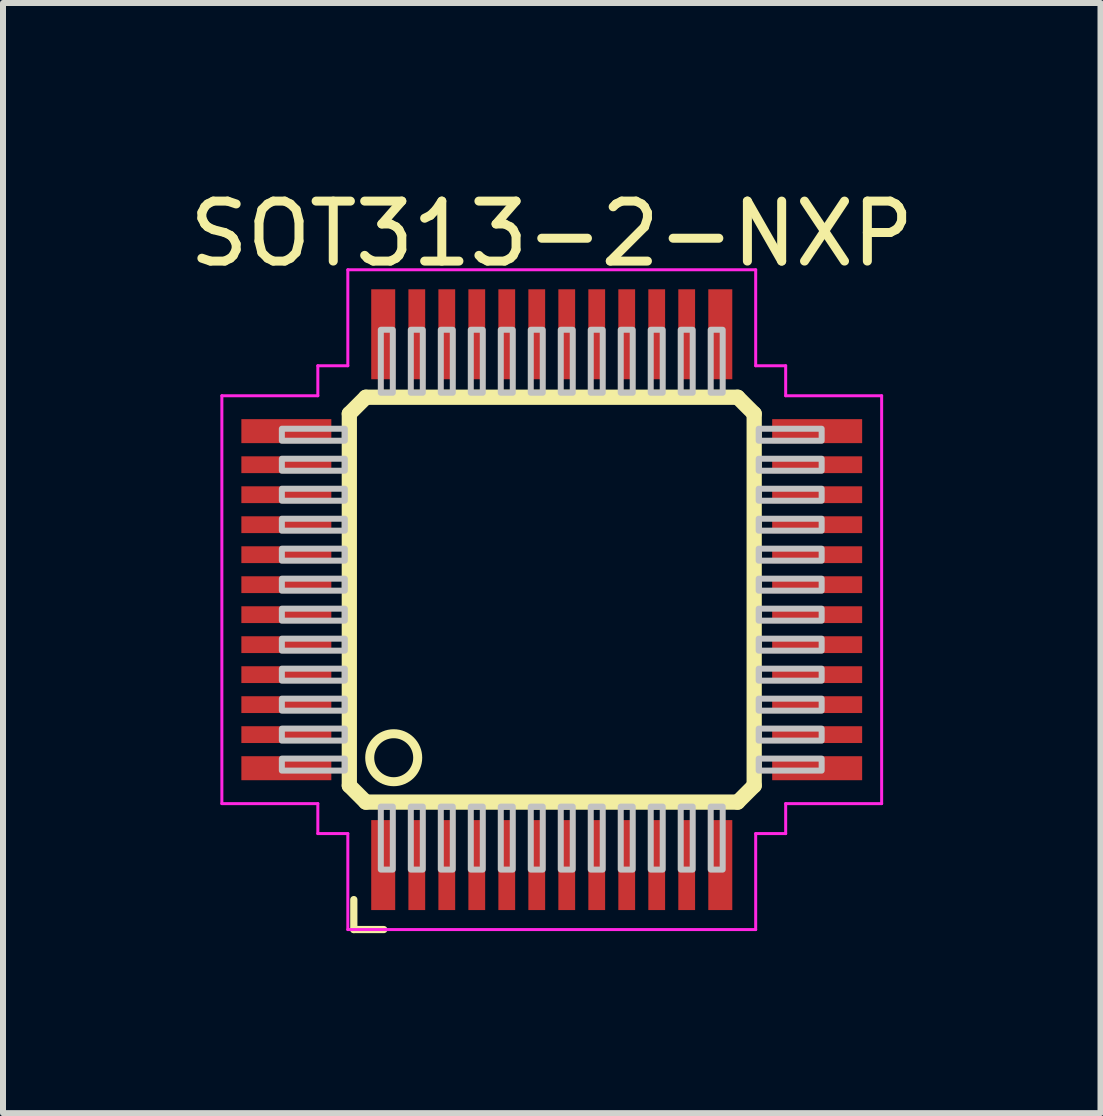
<source format=kicad_pcb>
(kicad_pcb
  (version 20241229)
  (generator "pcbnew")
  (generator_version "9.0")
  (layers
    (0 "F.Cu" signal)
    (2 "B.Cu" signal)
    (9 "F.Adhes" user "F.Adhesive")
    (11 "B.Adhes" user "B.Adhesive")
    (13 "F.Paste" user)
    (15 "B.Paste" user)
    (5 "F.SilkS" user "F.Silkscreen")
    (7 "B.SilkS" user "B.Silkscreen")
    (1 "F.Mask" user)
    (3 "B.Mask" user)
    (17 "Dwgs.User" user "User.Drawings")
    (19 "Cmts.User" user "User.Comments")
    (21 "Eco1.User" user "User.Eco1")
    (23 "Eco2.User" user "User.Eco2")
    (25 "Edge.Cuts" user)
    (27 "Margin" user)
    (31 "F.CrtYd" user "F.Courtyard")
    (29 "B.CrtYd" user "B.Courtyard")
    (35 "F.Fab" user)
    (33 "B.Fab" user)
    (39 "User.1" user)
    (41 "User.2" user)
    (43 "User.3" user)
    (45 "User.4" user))
  (footprint "SOT313-2-NXP"
    (layer "F.Cu")
    (at 6.149 6.948)
    (property "Reference" "SOT313-2-NXP" (at 0 -6.1 0) (layer "F.SilkS") (effects (font (size 1 1) (thickness 0.15))))
    (attr through_hole)
    (fp_line (start -3.375 -3.1) (end -3.1 -3.375) (stroke (width 0.254) (type solid)) (layer "F.SilkS"))
    (fp_line (start -3.375 3.1) (end -3.375 -3.1) (stroke (width 0.254) (type solid)) (layer "F.SilkS"))
    (fp_line (start -3.3 5) (end -3.3 5.5) (stroke (width 0.12) (type solid)) (layer "F.SilkS"))
    (fp_line (start -3.1 -3.375) (end 3.1 -3.375) (stroke (width 0.254) (type solid)) (layer "F.SilkS"))
    (fp_line (start -3.1 3.375) (end -3.375 3.1) (stroke (width 0.254) (type solid)) (layer "F.SilkS"))
    (fp_line (start -2.8 5.5) (end -3.3 5.5) (stroke (width 0.12) (type solid)) (layer "F.SilkS"))
    (fp_line (start 3.1 -3.375) (end 3.375 -3.1) (stroke (width 0.254) (type solid)) (layer "F.SilkS"))
    (fp_line (start 3.1 3.375) (end -3.1 3.375) (stroke (width 0.254) (type solid)) (layer "F.SilkS"))
    (fp_line (start 3.375 -3.1) (end 3.375 3.1) (stroke (width 0.254) (type solid)) (layer "F.SilkS"))
    (fp_line (start 3.375 3.1) (end 3.1 3.375) (stroke (width 0.254) (type solid)) (layer "F.SilkS"))
    (fp_circle (center -2.635 2.635) (end -2.235 2.635) (stroke (width 0.15) (type solid)) (fill no) (layer "F.SilkS"))
    (fp_poly (pts (xy -4.5 -2.65) (xy -3.45 -2.65) (xy -3.45 -2.85) (xy -4.5 -2.85)) (stroke (width 0.1) (type solid)) (fill no) (layer "Dwgs.User"))
    (fp_poly (pts (xy -4.5 -2.15) (xy -3.45 -2.15) (xy -3.45 -2.35) (xy -4.5 -2.35)) (stroke (width 0.1) (type solid)) (fill no) (layer "Dwgs.User"))
    (fp_poly (pts (xy -4.5 -1.65) (xy -3.45 -1.65) (xy -3.45 -1.85) (xy -4.5 -1.85)) (stroke (width 0.1) (type solid)) (fill no) (layer "Dwgs.User"))
    (fp_poly (pts (xy -4.5 -1.15) (xy -3.45 -1.15) (xy -3.45 -1.35) (xy -4.5 -1.35)) (stroke (width 0.1) (type solid)) (fill no) (layer "Dwgs.User"))
    (fp_poly (pts (xy -4.5 -0.65) (xy -3.45 -0.65) (xy -3.45 -0.85) (xy -4.5 -0.85)) (stroke (width 0.1) (type solid)) (fill no) (layer "Dwgs.User"))
    (fp_poly (pts (xy -4.5 -0.15) (xy -3.45 -0.15) (xy -3.45 -0.35) (xy -4.5 -0.35)) (stroke (width 0.1) (type solid)) (fill no) (layer "Dwgs.User"))
    (fp_poly (pts (xy -4.5 0.35) (xy -3.45 0.35) (xy -3.45 0.15) (xy -4.5 0.15)) (stroke (width 0.1) (type solid)) (fill no) (layer "Dwgs.User"))
    (fp_poly (pts (xy -4.5 0.85) (xy -3.45 0.85) (xy -3.45 0.65) (xy -4.5 0.65)) (stroke (width 0.1) (type solid)) (fill no) (layer "Dwgs.User"))
    (fp_poly (pts (xy -4.5 1.35) (xy -3.45 1.35) (xy -3.45 1.15) (xy -4.5 1.15)) (stroke (width 0.1) (type solid)) (fill no) (layer "Dwgs.User"))
    (fp_poly (pts (xy -4.5 1.85) (xy -3.45 1.85) (xy -3.45 1.65) (xy -4.5 1.65)) (stroke (width 0.1) (type solid)) (fill no) (layer "Dwgs.User"))
    (fp_poly (pts (xy -4.5 2.35) (xy -3.45 2.35) (xy -3.45 2.15) (xy -4.5 2.15)) (stroke (width 0.1) (type solid)) (fill no) (layer "Dwgs.User"))
    (fp_poly (pts (xy -4.5 2.85) (xy -3.45 2.85) (xy -3.45 2.65) (xy -4.5 2.65)) (stroke (width 0.1) (type solid)) (fill no) (layer "Dwgs.User"))
    (fp_poly (pts (xy -2.85 -3.45) (xy -2.65 -3.45) (xy -2.65 -4.5) (xy -2.85 -4.5)) (stroke (width 0.1) (type solid)) (fill no) (layer "Dwgs.User"))
    (fp_poly (pts (xy -2.85 4.5) (xy -2.65 4.5) (xy -2.65 3.45) (xy -2.85 3.45)) (stroke (width 0.1) (type solid)) (fill no) (layer "Dwgs.User"))
    (fp_poly (pts (xy -2.35 -3.45) (xy -2.15 -3.45) (xy -2.15 -4.5) (xy -2.35 -4.5)) (stroke (width 0.1) (type solid)) (fill no) (layer "Dwgs.User"))
    (fp_poly (pts (xy -2.35 4.5) (xy -2.15 4.5) (xy -2.15 3.45) (xy -2.35 3.45)) (stroke (width 0.1) (type solid)) (fill no) (layer "Dwgs.User"))
    (fp_poly (pts (xy -1.85 -3.45) (xy -1.65 -3.45) (xy -1.65 -4.5) (xy -1.85 -4.5)) (stroke (width 0.1) (type solid)) (fill no) (layer "Dwgs.User"))
    (fp_poly (pts (xy -1.85 4.5) (xy -1.65 4.5) (xy -1.65 3.45) (xy -1.85 3.45)) (stroke (width 0.1) (type solid)) (fill no) (layer "Dwgs.User"))
    (fp_poly (pts (xy -1.35 -3.45) (xy -1.15 -3.45) (xy -1.15 -4.5) (xy -1.35 -4.5)) (stroke (width 0.1) (type solid)) (fill no) (layer "Dwgs.User"))
    (fp_poly (pts (xy -1.35 4.5) (xy -1.15 4.5) (xy -1.15 3.45) (xy -1.35 3.45)) (stroke (width 0.1) (type solid)) (fill no) (layer "Dwgs.User"))
    (fp_poly (pts (xy -0.85 -3.45) (xy -0.65 -3.45) (xy -0.65 -4.5) (xy -0.85 -4.5)) (stroke (width 0.1) (type solid)) (fill no) (layer "Dwgs.User"))
    (fp_poly (pts (xy -0.85 4.5) (xy -0.65 4.5) (xy -0.65 3.45) (xy -0.85 3.45)) (stroke (width 0.1) (type solid)) (fill no) (layer "Dwgs.User"))
    (fp_poly (pts (xy -0.35 -3.45) (xy -0.15 -3.45) (xy -0.15 -4.5) (xy -0.35 -4.5)) (stroke (width 0.1) (type solid)) (fill no) (layer "Dwgs.User"))
    (fp_poly (pts (xy -0.35 4.5) (xy -0.15 4.5) (xy -0.15 3.45) (xy -0.35 3.45)) (stroke (width 0.1) (type solid)) (fill no) (layer "Dwgs.User"))
    (fp_poly (pts (xy 0.15 -3.45) (xy 0.35 -3.45) (xy 0.35 -4.5) (xy 0.15 -4.5)) (stroke (width 0.1) (type solid)) (fill no) (layer "Dwgs.User"))
    (fp_poly (pts (xy 0.15 4.5) (xy 0.35 4.5) (xy 0.35 3.45) (xy 0.15 3.45)) (stroke (width 0.1) (type solid)) (fill no) (layer "Dwgs.User"))
    (fp_poly (pts (xy 0.65 -3.45) (xy 0.85 -3.45) (xy 0.85 -4.5) (xy 0.65 -4.5)) (stroke (width 0.1) (type solid)) (fill no) (layer "Dwgs.User"))
    (fp_poly (pts (xy 0.65 4.5) (xy 0.85 4.5) (xy 0.85 3.45) (xy 0.65 3.45)) (stroke (width 0.1) (type solid)) (fill no) (layer "Dwgs.User"))
    (fp_poly (pts (xy 1.15 -3.45) (xy 1.35 -3.45) (xy 1.35 -4.5) (xy 1.15 -4.5)) (stroke (width 0.1) (type solid)) (fill no) (layer "Dwgs.User"))
    (fp_poly (pts (xy 1.15 4.5) (xy 1.35 4.5) (xy 1.35 3.45) (xy 1.15 3.45)) (stroke (width 0.1) (type solid)) (fill no) (layer "Dwgs.User"))
    (fp_poly (pts (xy 1.65 -3.45) (xy 1.85 -3.45) (xy 1.85 -4.5) (xy 1.65 -4.5)) (stroke (width 0.1) (type solid)) (fill no) (layer "Dwgs.User"))
    (fp_poly (pts (xy 1.65 4.5) (xy 1.85 4.5) (xy 1.85 3.45) (xy 1.65 3.45)) (stroke (width 0.1) (type solid)) (fill no) (layer "Dwgs.User"))
    (fp_poly (pts (xy 2.15 -3.45) (xy 2.35 -3.45) (xy 2.35 -4.5) (xy 2.15 -4.5)) (stroke (width 0.1) (type solid)) (fill no) (layer "Dwgs.User"))
    (fp_poly (pts (xy 2.15 4.5) (xy 2.35 4.5) (xy 2.35 3.45) (xy 2.15 3.45)) (stroke (width 0.1) (type solid)) (fill no) (layer "Dwgs.User"))
    (fp_poly (pts (xy 2.65 -3.45) (xy 2.85 -3.45) (xy 2.85 -4.5) (xy 2.65 -4.5)) (stroke (width 0.1) (type solid)) (fill no) (layer "Dwgs.User"))
    (fp_poly (pts (xy 2.65 4.5) (xy 2.85 4.5) (xy 2.85 3.45) (xy 2.65 3.45)) (stroke (width 0.1) (type solid)) (fill no) (layer "Dwgs.User"))
    (fp_poly (pts (xy 3.45 -2.65) (xy 4.5 -2.65) (xy 4.5 -2.85) (xy 3.45 -2.85)) (stroke (width 0.1) (type solid)) (fill no) (layer "Dwgs.User"))
    (fp_poly (pts (xy 3.45 -2.15) (xy 4.5 -2.15) (xy 4.5 -2.35) (xy 3.45 -2.35)) (stroke (width 0.1) (type solid)) (fill no) (layer "Dwgs.User"))
    (fp_poly (pts (xy 3.45 -1.65) (xy 4.5 -1.65) (xy 4.5 -1.85) (xy 3.45 -1.85)) (stroke (width 0.1) (type solid)) (fill no) (layer "Dwgs.User"))
    (fp_poly (pts (xy 3.45 -1.15) (xy 4.5 -1.15) (xy 4.5 -1.35) (xy 3.45 -1.35)) (stroke (width 0.1) (type solid)) (fill no) (layer "Dwgs.User"))
    (fp_poly (pts (xy 3.45 -0.65) (xy 4.5 -0.65) (xy 4.5 -0.85) (xy 3.45 -0.85)) (stroke (width 0.1) (type solid)) (fill no) (layer "Dwgs.User"))
    (fp_poly (pts (xy 3.45 -0.15) (xy 4.5 -0.15) (xy 4.5 -0.35) (xy 3.45 -0.35)) (stroke (width 0.1) (type solid)) (fill no) (layer "Dwgs.User"))
    (fp_poly (pts (xy 3.45 0.35) (xy 4.5 0.35) (xy 4.5 0.15) (xy 3.45 0.15)) (stroke (width 0.1) (type solid)) (fill no) (layer "Dwgs.User"))
    (fp_poly (pts (xy 3.45 0.85) (xy 4.5 0.85) (xy 4.5 0.65) (xy 3.45 0.65)) (stroke (width 0.1) (type solid)) (fill no) (layer "Dwgs.User"))
    (fp_poly (pts (xy 3.45 1.35) (xy 4.5 1.35) (xy 4.5 1.15) (xy 3.45 1.15)) (stroke (width 0.1) (type solid)) (fill no) (layer "Dwgs.User"))
    (fp_poly (pts (xy 3.45 1.85) (xy 4.5 1.85) (xy 4.5 1.65) (xy 3.45 1.65)) (stroke (width 0.1) (type solid)) (fill no) (layer "Dwgs.User"))
    (fp_poly (pts (xy 3.45 2.35) (xy 4.5 2.35) (xy 4.5 2.15) (xy 3.45 2.15)) (stroke (width 0.1) (type solid)) (fill no) (layer "Dwgs.User"))
    (fp_poly (pts (xy 3.45 2.85) (xy 4.5 2.85) (xy 4.5 2.65) (xy 3.45 2.65)) (stroke (width 0.1) (type solid)) (fill no) (layer "Dwgs.User"))
    (fp_line (start -5.5 -3.4) (end -3.9 -3.4) (stroke (width 0.05) (type solid)) (layer "F.CrtYd"))
    (fp_line (start -5.5 3.4) (end -5.5 -3.4) (stroke (width 0.05) (type solid)) (layer "F.CrtYd"))
    (fp_line (start -5.5 3.4) (end -3.9 3.4) (stroke (width 0.05) (type solid)) (layer "F.CrtYd"))
    (fp_line (start -3.9 -3.9) (end -3.4 -3.9) (stroke (width 0.05) (type solid)) (layer "F.CrtYd"))
    (fp_line (start -3.9 -3.4) (end -3.9 -3.9) (stroke (width 0.05) (type solid)) (layer "F.CrtYd"))
    (fp_line (start -3.9 3.9) (end -3.9 3.4) (stroke (width 0.05) (type solid)) (layer "F.CrtYd"))
    (fp_line (start -3.4 -5.5) (end -3.4 -3.9) (stroke (width 0.05) (type solid)) (layer "F.CrtYd"))
    (fp_line (start -3.4 -5.5) (end 3.4 -5.5) (stroke (width 0.05) (type solid)) (layer "F.CrtYd"))
    (fp_line (start -3.4 3.9) (end -3.9 3.9) (stroke (width 0.05) (type solid)) (layer "F.CrtYd"))
    (fp_line (start -3.4 5.5) (end -3.4 3.9) (stroke (width 0.05) (type solid)) (layer "F.CrtYd"))
    (fp_line (start 3.4 -5.5) (end 3.4 -3.9) (stroke (width 0.05) (type solid)) (layer "F.CrtYd"))
    (fp_line (start 3.4 -3.9) (end 3.9 -3.9) (stroke (width 0.05) (type solid)) (layer "F.CrtYd"))
    (fp_line (start 3.4 5.5) (end -3.4 5.5) (stroke (width 0.05) (type solid)) (layer "F.CrtYd"))
    (fp_line (start 3.4 5.5) (end 3.4 3.9) (stroke (width 0.05) (type solid)) (layer "F.CrtYd"))
    (fp_line (start 3.9 -3.9) (end 3.9 -3.4) (stroke (width 0.05) (type solid)) (layer "F.CrtYd"))
    (fp_line (start 3.9 3.4) (end 3.9 3.9) (stroke (width 0.05) (type solid)) (layer "F.CrtYd"))
    (fp_line (start 3.9 3.9) (end 3.4 3.9) (stroke (width 0.05) (type solid)) (layer "F.CrtYd"))
    (fp_line (start 5.5 -3.4) (end 3.9 -3.4) (stroke (width 0.05) (type solid)) (layer "F.CrtYd"))
    (fp_line (start 5.5 -3.4) (end 5.5 3.4) (stroke (width 0.05) (type solid)) (layer "F.CrtYd"))
    (fp_line (start 5.5 3.4) (end 3.9 3.4) (stroke (width 0.05) (type solid)) (layer "F.CrtYd"))
    (pad "1" smd rect (at -2.81 4.425) (size 0.4 1.5) (layers "F.Cu" "F.Mask" "F.Paste"))
    (pad "2" smd rect (at -2.25 4.425) (size 0.28 1.5) (layers "F.Cu" "F.Mask" "F.Paste"))
    (pad "3" smd rect (at -1.75 4.425) (size 0.28 1.5) (layers "F.Cu" "F.Mask" "F.Paste"))
    (pad "4" smd rect (at -1.25 4.425) (size 0.28 1.5) (layers "F.Cu" "F.Mask" "F.Paste"))
    (pad "5" smd rect (at -0.75 4.425) (size 0.28 1.5) (layers "F.Cu" "F.Mask" "F.Paste"))
    (pad "6" smd rect (at -0.25 4.425) (size 0.28 1.5) (layers "F.Cu" "F.Mask" "F.Paste"))
    (pad "7" smd rect (at 0.25 4.425) (size 0.28 1.5) (layers "F.Cu" "F.Mask" "F.Paste"))
    (pad "8" smd rect (at 0.75 4.425) (size 0.28 1.5) (layers "F.Cu" "F.Mask" "F.Paste"))
    (pad "9" smd rect (at 1.25 4.425) (size 0.28 1.5) (layers "F.Cu" "F.Mask" "F.Paste"))
    (pad "10" smd rect (at 1.75 4.425) (size 0.28 1.5) (layers "F.Cu" "F.Mask" "F.Paste"))
    (pad "11" smd rect (at 2.25 4.425) (size 0.28 1.5) (layers "F.Cu" "F.Mask" "F.Paste"))
    (pad "12" smd rect (at 2.81 4.425) (size 0.4 1.5) (layers "F.Cu" "F.Mask" "F.Paste"))
    (pad "13" smd rect (at 4.425 2.81) (size 1.5 0.4) (layers "F.Cu" "F.Mask" "F.Paste"))
    (pad "14" smd rect (at 4.425 2.25) (size 1.5 0.28) (layers "F.Cu" "F.Mask" "F.Paste"))
    (pad "15" smd rect (at 4.425 1.75) (size 1.5 0.28) (layers "F.Cu" "F.Mask" "F.Paste"))
    (pad "16" smd rect (at 4.425 1.25) (size 1.5 0.28) (layers "F.Cu" "F.Mask" "F.Paste"))
    (pad "17" smd rect (at 4.425 0.75) (size 1.5 0.28) (layers "F.Cu" "F.Mask" "F.Paste"))
    (pad "18" smd rect (at 4.425 0.25) (size 1.5 0.28) (layers "F.Cu" "F.Mask" "F.Paste"))
    (pad "19" smd rect (at 4.425 -0.25) (size 1.5 0.28) (layers "F.Cu" "F.Mask" "F.Paste"))
    (pad "20" smd rect (at 4.425 -0.75) (size 1.5 0.28) (layers "F.Cu" "F.Mask" "F.Paste"))
    (pad "21" smd rect (at 4.425 -1.25) (size 1.5 0.28) (layers "F.Cu" "F.Mask" "F.Paste"))
    (pad "22" smd rect (at 4.425 -1.75) (size 1.5 0.28) (layers "F.Cu" "F.Mask" "F.Paste"))
    (pad "23" smd rect (at 4.425 -2.25) (size 1.5 0.28) (layers "F.Cu" "F.Mask" "F.Paste"))
    (pad "24" smd rect (at 4.425 -2.81) (size 1.5 0.4) (layers "F.Cu" "F.Mask" "F.Paste"))
    (pad "25" smd rect (at 2.81 -4.425) (size 0.4 1.5) (layers "F.Cu" "F.Mask" "F.Paste"))
    (pad "26" smd rect (at 2.25 -4.425) (size 0.28 1.5) (layers "F.Cu" "F.Mask" "F.Paste"))
    (pad "27" smd rect (at 1.75 -4.425) (size 0.28 1.5) (layers "F.Cu" "F.Mask" "F.Paste"))
    (pad "28" smd rect (at 1.25 -4.425) (size 0.28 1.5) (layers "F.Cu" "F.Mask" "F.Paste"))
    (pad "29" smd rect (at 0.75 -4.425) (size 0.28 1.5) (layers "F.Cu" "F.Mask" "F.Paste"))
    (pad "30" smd rect (at 0.25 -4.425) (size 0.28 1.5) (layers "F.Cu" "F.Mask" "F.Paste"))
    (pad "31" smd rect (at -0.25 -4.425) (size 0.28 1.5) (layers "F.Cu" "F.Mask" "F.Paste"))
    (pad "32" smd rect (at -0.75 -4.425) (size 0.28 1.5) (layers "F.Cu" "F.Mask" "F.Paste"))
    (pad "33" smd rect (at -1.25 -4.425) (size 0.28 1.5) (layers "F.Cu" "F.Mask" "F.Paste"))
    (pad "34" smd rect (at -1.75 -4.425) (size 0.28 1.5) (layers "F.Cu" "F.Mask" "F.Paste"))
    (pad "35" smd rect (at -2.25 -4.425) (size 0.28 1.5) (layers "F.Cu" "F.Mask" "F.Paste"))
    (pad "36" smd rect (at -2.81 -4.425) (size 0.4 1.5) (layers "F.Cu" "F.Mask" "F.Paste"))
    (pad "37" smd rect (at -4.425 -2.81) (size 1.5 0.4) (layers "F.Cu" "F.Mask" "F.Paste"))
    (pad "38" smd rect (at -4.425 -2.25) (size 1.5 0.28) (layers "F.Cu" "F.Mask" "F.Paste"))
    (pad "39" smd rect (at -4.425 -1.75) (size 1.5 0.28) (layers "F.Cu" "F.Mask" "F.Paste"))
    (pad "40" smd rect (at -4.425 -1.25) (size 1.5 0.28) (layers "F.Cu" "F.Mask" "F.Paste"))
    (pad "41" smd rect (at -4.425 -0.75) (size 1.5 0.28) (layers "F.Cu" "F.Mask" "F.Paste"))
    (pad "42" smd rect (at -4.425 -0.25) (size 1.5 0.28) (layers "F.Cu" "F.Mask" "F.Paste"))
    (pad "43" smd rect (at -4.425 0.25) (size 1.5 0.28) (layers "F.Cu" "F.Mask" "F.Paste"))
    (pad "44" smd rect (at -4.425 0.75) (size 1.5 0.28) (layers "F.Cu" "F.Mask" "F.Paste"))
    (pad "45" smd rect (at -4.425 1.25) (size 1.5 0.28) (layers "F.Cu" "F.Mask" "F.Paste"))
    (pad "46" smd rect (at -4.425 1.75) (size 1.5 0.28) (layers "F.Cu" "F.Mask" "F.Paste"))
    (pad "47" smd rect (at -4.425 2.25) (size 1.5 0.28) (layers "F.Cu" "F.Mask" "F.Paste"))
    (pad "48" smd rect (at -4.425 2.81) (size 1.5 0.4) (layers "F.Cu" "F.Mask" "F.Paste")))
  (gr_rect
    (start -3 -3)
    (end 15.298 15.508)
    (stroke (width 0.1) (type default))
    (fill no)
    (layer "Edge.Cuts")))
</source>
